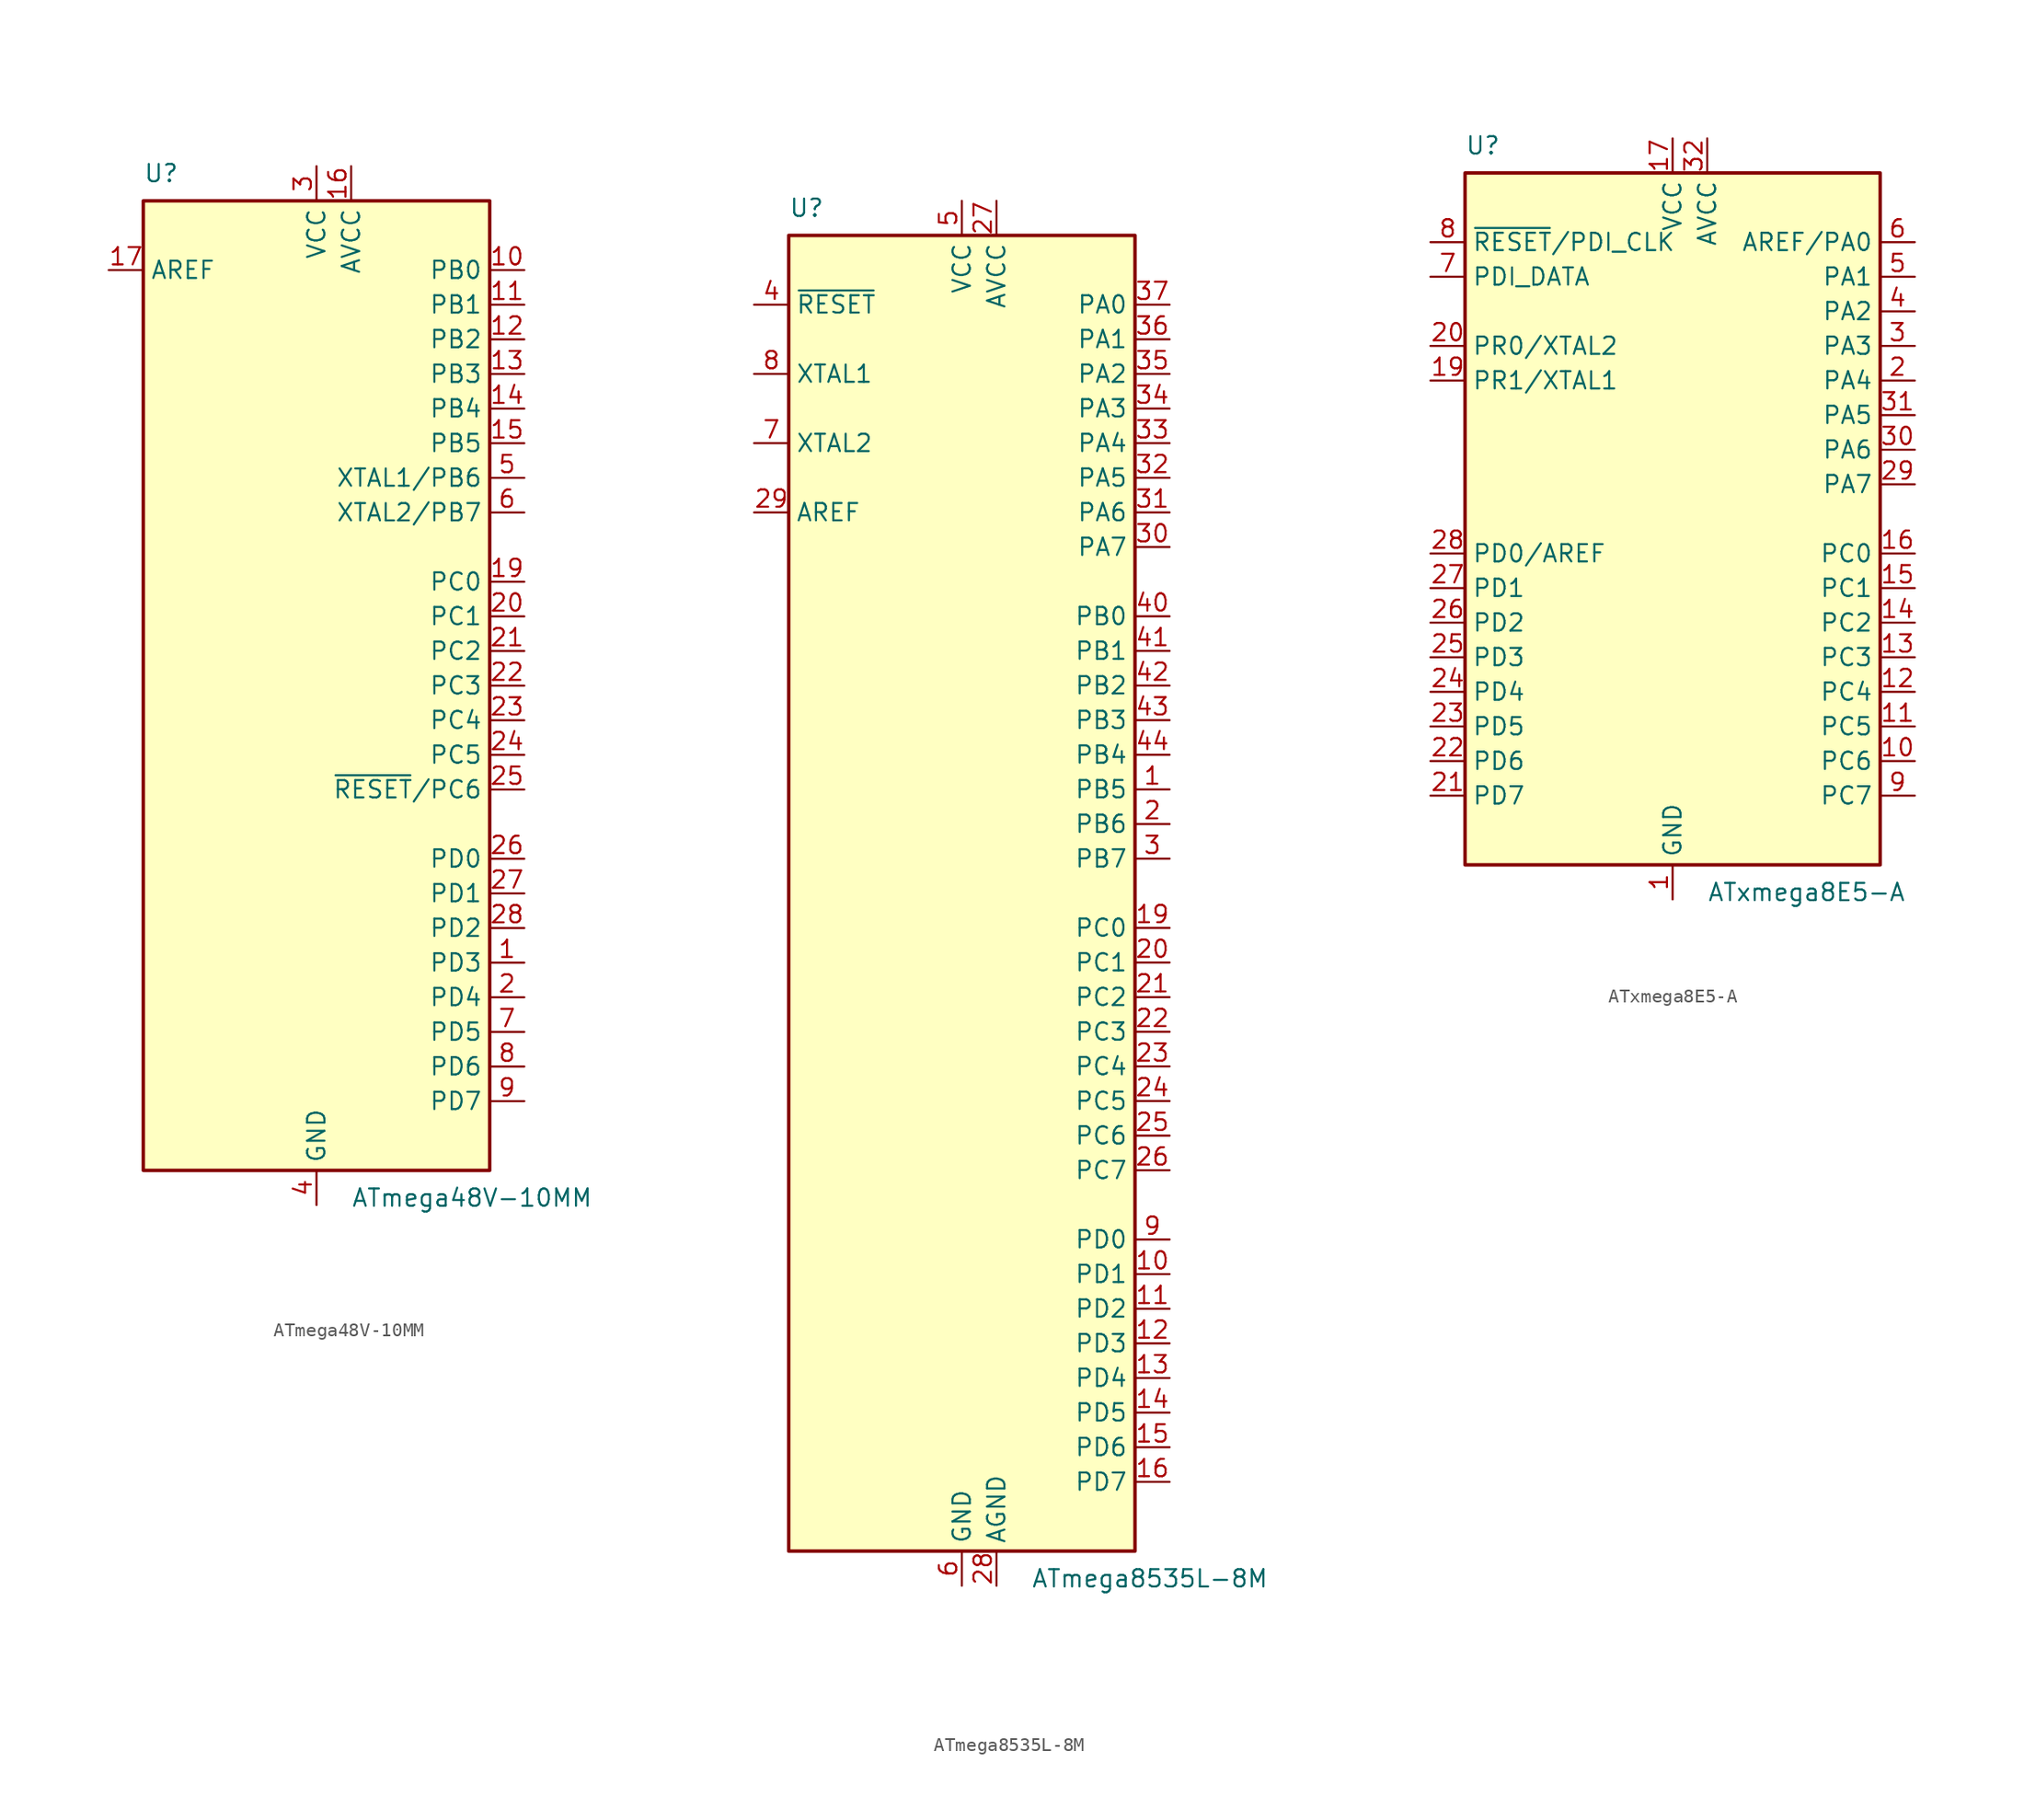
<source format=kicad_sym>
(kicad_symbol_lib
  (version 20241209)
  (generator "kicad_symbol_editor")
  (generator_version "9.0")
  (symbol "ATmega48V-10MM"
    (property "Reference" "U"
      (at -12.7 36.83 0)
      (effects (font (size 1.27 1.27)) (justify left bottom)))
    (property "Value" "ATmega48V-10MM"
      (at 2.54 -36.83 0)
      (effects (font (size 1.27 1.27)) (justify left top)))
    (symbol "ATmega48V-10MM_0_1"
      (rectangle (start -12.7 -35.56) (end 12.7 35.56) (stroke (width 0.254) (type default)) (fill (type background))))
    (symbol "ATmega48V-10MM_1_1"
      (pin passive line (at -15.24 30.48 0) (length 2.54) (name "AREF" (effects (font (size 1.27 1.27)))) (number "17" (effects (font (size 1.27 1.27)))))
      (pin power_in line (at 0 38.1 270) (length 2.54) (name "VCC" (effects (font (size 1.27 1.27)))) (number "3" (effects (font (size 1.27 1.27)))))
      (pin passive line (at 0 -38.1 90) (length 2.54) (hide yes) (name "GND" (effects (font (size 1.27 1.27)))) (number "18" (effects (font (size 1.27 1.27)))))
      (pin passive line (at 0 -38.1 90) (length 2.54) (hide yes) (name "GND" (effects (font (size 1.27 1.27)))) (number "29" (effects (font (size 1.27 1.27)))))
      (pin power_in line (at 0 -38.1 90) (length 2.54) (name "GND" (effects (font (size 1.27 1.27)))) (number "4" (effects (font (size 1.27 1.27)))))
      (pin power_in line (at 2.54 38.1 270) (length 2.54) (name "AVCC" (effects (font (size 1.27 1.27)))) (number "16" (effects (font (size 1.27 1.27)))))
      (pin bidirectional line (at 15.24 30.48 180) (length 2.54) (name "PB0" (effects (font (size 1.27 1.27)))) (number "10" (effects (font (size 1.27 1.27)))))
      (pin bidirectional line (at 15.24 27.94 180) (length 2.54) (name "PB1" (effects (font (size 1.27 1.27)))) (number "11" (effects (font (size 1.27 1.27)))))
      (pin bidirectional line (at 15.24 25.4 180) (length 2.54) (name "PB2" (effects (font (size 1.27 1.27)))) (number "12" (effects (font (size 1.27 1.27)))))
      (pin bidirectional line (at 15.24 22.86 180) (length 2.54) (name "PB3" (effects (font (size 1.27 1.27)))) (number "13" (effects (font (size 1.27 1.27)))))
      (pin bidirectional line (at 15.24 20.32 180) (length 2.54) (name "PB4" (effects (font (size 1.27 1.27)))) (number "14" (effects (font (size 1.27 1.27)))))
      (pin bidirectional line (at 15.24 17.78 180) (length 2.54) (name "PB5" (effects (font (size 1.27 1.27)))) (number "15" (effects (font (size 1.27 1.27)))))
      (pin bidirectional line (at 15.24 15.24 180) (length 2.54) (name "XTAL1/PB6" (effects (font (size 1.27 1.27)))) (number "5" (effects (font (size 1.27 1.27)))))
      (pin bidirectional line (at 15.24 12.7 180) (length 2.54) (name "XTAL2/PB7" (effects (font (size 1.27 1.27)))) (number "6" (effects (font (size 1.27 1.27)))))
      (pin bidirectional line (at 15.24 7.62 180) (length 2.54) (name "PC0" (effects (font (size 1.27 1.27)))) (number "19" (effects (font (size 1.27 1.27)))))
      (pin bidirectional line (at 15.24 5.08 180) (length 2.54) (name "PC1" (effects (font (size 1.27 1.27)))) (number "20" (effects (font (size 1.27 1.27)))))
      (pin bidirectional line (at 15.24 2.54 180) (length 2.54) (name "PC2" (effects (font (size 1.27 1.27)))) (number "21" (effects (font (size 1.27 1.27)))))
      (pin bidirectional line (at 15.24 0 180) (length 2.54) (name "PC3" (effects (font (size 1.27 1.27)))) (number "22" (effects (font (size 1.27 1.27)))))
      (pin bidirectional line (at 15.24 -2.54 180) (length 2.54) (name "PC4" (effects (font (size 1.27 1.27)))) (number "23" (effects (font (size 1.27 1.27)))))
      (pin bidirectional line (at 15.24 -5.08 180) (length 2.54) (name "PC5" (effects (font (size 1.27 1.27)))) (number "24" (effects (font (size 1.27 1.27)))))
      (pin bidirectional line (at 15.24 -7.62 180) (length 2.54) (name "~{RESET}/PC6" (effects (font (size 1.27 1.27)))) (number "25" (effects (font (size 1.27 1.27)))))
      (pin bidirectional line (at 15.24 -12.7 180) (length 2.54) (name "PD0" (effects (font (size 1.27 1.27)))) (number "26" (effects (font (size 1.27 1.27)))))
      (pin bidirectional line (at 15.24 -15.24 180) (length 2.54) (name "PD1" (effects (font (size 1.27 1.27)))) (number "27" (effects (font (size 1.27 1.27)))))
      (pin bidirectional line (at 15.24 -17.78 180) (length 2.54) (name "PD2" (effects (font (size 1.27 1.27)))) (number "28" (effects (font (size 1.27 1.27)))))
      (pin bidirectional line (at 15.24 -20.32 180) (length 2.54) (name "PD3" (effects (font (size 1.27 1.27)))) (number "1" (effects (font (size 1.27 1.27)))))
      (pin bidirectional line (at 15.24 -22.86 180) (length 2.54) (name "PD4" (effects (font (size 1.27 1.27)))) (number "2" (effects (font (size 1.27 1.27)))))
      (pin bidirectional line (at 15.24 -25.4 180) (length 2.54) (name "PD5" (effects (font (size 1.27 1.27)))) (number "7" (effects (font (size 1.27 1.27)))))
      (pin bidirectional line (at 15.24 -27.94 180) (length 2.54) (name "PD6" (effects (font (size 1.27 1.27)))) (number "8" (effects (font (size 1.27 1.27)))))
      (pin bidirectional line (at 15.24 -30.48 180) (length 2.54) (name "PD7" (effects (font (size 1.27 1.27)))) (number "9" (effects (font (size 1.27 1.27)))))))
  (symbol "ATmega8535L-8M"
    (property "Reference" "U"
      (at -12.7 49.53 0)
      (effects (font (size 1.27 1.27)) (justify left bottom)))
    (property "Value" "ATmega8535L-8M"
      (at 5.08 -49.53 0)
      (effects (font (size 1.27 1.27)) (justify left top)))
    (symbol "ATmega8535L-8M_0_1"
      (rectangle (start -12.7 -48.26) (end 12.7 48.26) (stroke (width 0.254) (type default)) (fill (type background))))
    (symbol "ATmega8535L-8M_1_1"
      (pin input line (at -15.24 43.18 0) (length 2.54) (name "~{RESET}" (effects (font (size 1.27 1.27)))) (number "4" (effects (font (size 1.27 1.27)))))
      (pin input line (at -15.24 38.1 0) (length 2.54) (name "XTAL1" (effects (font (size 1.27 1.27)))) (number "8" (effects (font (size 1.27 1.27)))))
      (pin output line (at -15.24 33.02 0) (length 2.54) (name "XTAL2" (effects (font (size 1.27 1.27)))) (number "7" (effects (font (size 1.27 1.27)))))
      (pin passive line (at -15.24 27.94 0) (length 2.54) (name "AREF" (effects (font (size 1.27 1.27)))) (number "29" (effects (font (size 1.27 1.27)))))
      (pin passive line (at 0 50.8 270) (length 2.54) (hide yes) (name "VCC" (effects (font (size 1.27 1.27)))) (number "17" (effects (font (size 1.27 1.27)))))
      (pin passive line (at 0 50.8 270) (length 2.54) (hide yes) (name "VCC" (effects (font (size 1.27 1.27)))) (number "38" (effects (font (size 1.27 1.27)))))
      (pin power_in line (at 0 50.8 270) (length 2.54) (name "VCC" (effects (font (size 1.27 1.27)))) (number "5" (effects (font (size 1.27 1.27)))))
      (pin passive line (at 0 -50.8 90) (length 2.54) (hide yes) (name "GND" (effects (font (size 1.27 1.27)))) (number "18" (effects (font (size 1.27 1.27)))))
      (pin passive line (at 0 -50.8 90) (length 2.54) (hide yes) (name "GND" (effects (font (size 1.27 1.27)))) (number "39" (effects (font (size 1.27 1.27)))))
      (pin passive line (at 0 -50.8 90) (length 2.54) (hide yes) (name "GND" (effects (font (size 1.27 1.27)))) (number "45" (effects (font (size 1.27 1.27)))))
      (pin power_in line (at 0 -50.8 90) (length 2.54) (name "GND" (effects (font (size 1.27 1.27)))) (number "6" (effects (font (size 1.27 1.27)))))
      (pin power_in line (at 2.54 50.8 270) (length 2.54) (name "AVCC" (effects (font (size 1.27 1.27)))) (number "27" (effects (font (size 1.27 1.27)))))
      (pin power_in line (at 2.54 -50.8 90) (length 2.54) (name "AGND" (effects (font (size 1.27 1.27)))) (number "28" (effects (font (size 1.27 1.27)))))
      (pin bidirectional line (at 15.24 43.18 180) (length 2.54) (name "PA0" (effects (font (size 1.27 1.27)))) (number "37" (effects (font (size 1.27 1.27)))))
      (pin bidirectional line (at 15.24 40.64 180) (length 2.54) (name "PA1" (effects (font (size 1.27 1.27)))) (number "36" (effects (font (size 1.27 1.27)))))
      (pin bidirectional line (at 15.24 38.1 180) (length 2.54) (name "PA2" (effects (font (size 1.27 1.27)))) (number "35" (effects (font (size 1.27 1.27)))))
      (pin bidirectional line (at 15.24 35.56 180) (length 2.54) (name "PA3" (effects (font (size 1.27 1.27)))) (number "34" (effects (font (size 1.27 1.27)))))
      (pin bidirectional line (at 15.24 33.02 180) (length 2.54) (name "PA4" (effects (font (size 1.27 1.27)))) (number "33" (effects (font (size 1.27 1.27)))))
      (pin bidirectional line (at 15.24 30.48 180) (length 2.54) (name "PA5" (effects (font (size 1.27 1.27)))) (number "32" (effects (font (size 1.27 1.27)))))
      (pin bidirectional line (at 15.24 27.94 180) (length 2.54) (name "PA6" (effects (font (size 1.27 1.27)))) (number "31" (effects (font (size 1.27 1.27)))))
      (pin bidirectional line (at 15.24 25.4 180) (length 2.54) (name "PA7" (effects (font (size 1.27 1.27)))) (number "30" (effects (font (size 1.27 1.27)))))
      (pin bidirectional line (at 15.24 20.32 180) (length 2.54) (name "PB0" (effects (font (size 1.27 1.27)))) (number "40" (effects (font (size 1.27 1.27)))))
      (pin bidirectional line (at 15.24 17.78 180) (length 2.54) (name "PB1" (effects (font (size 1.27 1.27)))) (number "41" (effects (font (size 1.27 1.27)))))
      (pin bidirectional line (at 15.24 15.24 180) (length 2.54) (name "PB2" (effects (font (size 1.27 1.27)))) (number "42" (effects (font (size 1.27 1.27)))))
      (pin bidirectional line (at 15.24 12.7 180) (length 2.54) (name "PB3" (effects (font (size 1.27 1.27)))) (number "43" (effects (font (size 1.27 1.27)))))
      (pin bidirectional line (at 15.24 10.16 180) (length 2.54) (name "PB4" (effects (font (size 1.27 1.27)))) (number "44" (effects (font (size 1.27 1.27)))))
      (pin bidirectional line (at 15.24 7.62 180) (length 2.54) (name "PB5" (effects (font (size 1.27 1.27)))) (number "1" (effects (font (size 1.27 1.27)))))
      (pin bidirectional line (at 15.24 5.08 180) (length 2.54) (name "PB6" (effects (font (size 1.27 1.27)))) (number "2" (effects (font (size 1.27 1.27)))))
      (pin bidirectional line (at 15.24 2.54 180) (length 2.54) (name "PB7" (effects (font (size 1.27 1.27)))) (number "3" (effects (font (size 1.27 1.27)))))
      (pin bidirectional line (at 15.24 -2.54 180) (length 2.54) (name "PC0" (effects (font (size 1.27 1.27)))) (number "19" (effects (font (size 1.27 1.27)))))
      (pin bidirectional line (at 15.24 -5.08 180) (length 2.54) (name "PC1" (effects (font (size 1.27 1.27)))) (number "20" (effects (font (size 1.27 1.27)))))
      (pin bidirectional line (at 15.24 -7.62 180) (length 2.54) (name "PC2" (effects (font (size 1.27 1.27)))) (number "21" (effects (font (size 1.27 1.27)))))
      (pin bidirectional line (at 15.24 -10.16 180) (length 2.54) (name "PC3" (effects (font (size 1.27 1.27)))) (number "22" (effects (font (size 1.27 1.27)))))
      (pin bidirectional line (at 15.24 -12.7 180) (length 2.54) (name "PC4" (effects (font (size 1.27 1.27)))) (number "23" (effects (font (size 1.27 1.27)))))
      (pin bidirectional line (at 15.24 -15.24 180) (length 2.54) (name "PC5" (effects (font (size 1.27 1.27)))) (number "24" (effects (font (size 1.27 1.27)))))
      (pin bidirectional line (at 15.24 -17.78 180) (length 2.54) (name "PC6" (effects (font (size 1.27 1.27)))) (number "25" (effects (font (size 1.27 1.27)))))
      (pin bidirectional line (at 15.24 -20.32 180) (length 2.54) (name "PC7" (effects (font (size 1.27 1.27)))) (number "26" (effects (font (size 1.27 1.27)))))
      (pin bidirectional line (at 15.24 -25.4 180) (length 2.54) (name "PD0" (effects (font (size 1.27 1.27)))) (number "9" (effects (font (size 1.27 1.27)))))
      (pin bidirectional line (at 15.24 -27.94 180) (length 2.54) (name "PD1" (effects (font (size 1.27 1.27)))) (number "10" (effects (font (size 1.27 1.27)))))
      (pin bidirectional line (at 15.24 -30.48 180) (length 2.54) (name "PD2" (effects (font (size 1.27 1.27)))) (number "11" (effects (font (size 1.27 1.27)))))
      (pin bidirectional line (at 15.24 -33.02 180) (length 2.54) (name "PD3" (effects (font (size 1.27 1.27)))) (number "12" (effects (font (size 1.27 1.27)))))
      (pin bidirectional line (at 15.24 -35.56 180) (length 2.54) (name "PD4" (effects (font (size 1.27 1.27)))) (number "13" (effects (font (size 1.27 1.27)))))
      (pin bidirectional line (at 15.24 -38.1 180) (length 2.54) (name "PD5" (effects (font (size 1.27 1.27)))) (number "14" (effects (font (size 1.27 1.27)))))
      (pin bidirectional line (at 15.24 -40.64 180) (length 2.54) (name "PD6" (effects (font (size 1.27 1.27)))) (number "15" (effects (font (size 1.27 1.27)))))
      (pin bidirectional line (at 15.24 -43.18 180) (length 2.54) (name "PD7" (effects (font (size 1.27 1.27)))) (number "16" (effects (font (size 1.27 1.27)))))))
  (symbol "ATxmega8E5-A"
    (property "Reference" "U"
      (at -15.24 26.67 0)
      (effects (font (size 1.27 1.27)) (justify left bottom)))
    (property "Value" "ATxmega8E5-A"
      (at 2.54 -26.67 0)
      (effects (font (size 1.27 1.27)) (justify left top)))
    (symbol "ATxmega8E5-A_0_1"
      (rectangle (start -15.24 -25.4) (end 15.24 25.4) (stroke (width 0.254) (type default)) (fill (type background))))
    (symbol "ATxmega8E5-A_1_1"
      (pin input line (at -17.78 20.32 0) (length 2.54) (name "~{RESET}/PDI_CLK" (effects (font (size 1.27 1.27)))) (number "8" (effects (font (size 1.27 1.27)))))
      (pin bidirectional line (at -17.78 17.78 0) (length 2.54) (name "PDI_DATA" (effects (font (size 1.27 1.27)))) (number "7" (effects (font (size 1.27 1.27)))))
      (pin bidirectional line (at -17.78 12.7 0) (length 2.54) (name "PR0/XTAL2" (effects (font (size 1.27 1.27)))) (number "20" (effects (font (size 1.27 1.27)))))
      (pin bidirectional line (at -17.78 10.16 0) (length 2.54) (name "PR1/XTAL1" (effects (font (size 1.27 1.27)))) (number "19" (effects (font (size 1.27 1.27)))))
      (pin bidirectional line (at -17.78 -2.54 0) (length 2.54) (name "PD0/AREF" (effects (font (size 1.27 1.27)))) (number "28" (effects (font (size 1.27 1.27)))))
      (pin bidirectional line (at -17.78 -5.08 0) (length 2.54) (name "PD1" (effects (font (size 1.27 1.27)))) (number "27" (effects (font (size 1.27 1.27)))))
      (pin bidirectional line (at -17.78 -7.62 0) (length 2.54) (name "PD2" (effects (font (size 1.27 1.27)))) (number "26" (effects (font (size 1.27 1.27)))))
      (pin bidirectional line (at -17.78 -10.16 0) (length 2.54) (name "PD3" (effects (font (size 1.27 1.27)))) (number "25" (effects (font (size 1.27 1.27)))))
      (pin bidirectional line (at -17.78 -12.7 0) (length 2.54) (name "PD4" (effects (font (size 1.27 1.27)))) (number "24" (effects (font (size 1.27 1.27)))))
      (pin bidirectional line (at -17.78 -15.24 0) (length 2.54) (name "PD5" (effects (font (size 1.27 1.27)))) (number "23" (effects (font (size 1.27 1.27)))))
      (pin bidirectional line (at -17.78 -17.78 0) (length 2.54) (name "PD6" (effects (font (size 1.27 1.27)))) (number "22" (effects (font (size 1.27 1.27)))))
      (pin bidirectional line (at -17.78 -20.32 0) (length 2.54) (name "PD7" (effects (font (size 1.27 1.27)))) (number "21" (effects (font (size 1.27 1.27)))))
      (pin power_in line (at 0 27.94 270) (length 2.54) (name "VCC" (effects (font (size 1.27 1.27)))) (number "17" (effects (font (size 1.27 1.27)))))
      (pin power_in line (at 0 -27.94 90) (length 2.54) (name "GND" (effects (font (size 1.27 1.27)))) (number "1" (effects (font (size 1.27 1.27)))))
      (pin passive line (at 0 -27.94 90) (length 2.54) (hide yes) (name "GND" (effects (font (size 1.27 1.27)))) (number "18" (effects (font (size 1.27 1.27)))))
      (pin power_in line (at 2.54 27.94 270) (length 2.54) (name "AVCC" (effects (font (size 1.27 1.27)))) (number "32" (effects (font (size 1.27 1.27)))))
      (pin bidirectional line (at 17.78 20.32 180) (length 2.54) (name "AREF/PA0" (effects (font (size 1.27 1.27)))) (number "6" (effects (font (size 1.27 1.27)))))
      (pin bidirectional line (at 17.78 17.78 180) (length 2.54) (name "PA1" (effects (font (size 1.27 1.27)))) (number "5" (effects (font (size 1.27 1.27)))))
      (pin bidirectional line (at 17.78 15.24 180) (length 2.54) (name "PA2" (effects (font (size 1.27 1.27)))) (number "4" (effects (font (size 1.27 1.27)))))
      (pin bidirectional line (at 17.78 12.7 180) (length 2.54) (name "PA3" (effects (font (size 1.27 1.27)))) (number "3" (effects (font (size 1.27 1.27)))))
      (pin bidirectional line (at 17.78 10.16 180) (length 2.54) (name "PA4" (effects (font (size 1.27 1.27)))) (number "2" (effects (font (size 1.27 1.27)))))
      (pin bidirectional line (at 17.78 7.62 180) (length 2.54) (name "PA5" (effects (font (size 1.27 1.27)))) (number "31" (effects (font (size 1.27 1.27)))))
      (pin bidirectional line (at 17.78 5.08 180) (length 2.54) (name "PA6" (effects (font (size 1.27 1.27)))) (number "30" (effects (font (size 1.27 1.27)))))
      (pin bidirectional line (at 17.78 2.54 180) (length 2.54) (name "PA7" (effects (font (size 1.27 1.27)))) (number "29" (effects (font (size 1.27 1.27)))))
      (pin bidirectional line (at 17.78 -2.54 180) (length 2.54) (name "PC0" (effects (font (size 1.27 1.27)))) (number "16" (effects (font (size 1.27 1.27)))))
      (pin bidirectional line (at 17.78 -5.08 180) (length 2.54) (name "PC1" (effects (font (size 1.27 1.27)))) (number "15" (effects (font (size 1.27 1.27)))))
      (pin bidirectional line (at 17.78 -7.62 180) (length 2.54) (name "PC2" (effects (font (size 1.27 1.27)))) (number "14" (effects (font (size 1.27 1.27)))))
      (pin bidirectional line (at 17.78 -10.16 180) (length 2.54) (name "PC3" (effects (font (size 1.27 1.27)))) (number "13" (effects (font (size 1.27 1.27)))))
      (pin bidirectional line (at 17.78 -12.7 180) (length 2.54) (name "PC4" (effects (font (size 1.27 1.27)))) (number "12" (effects (font (size 1.27 1.27)))))
      (pin bidirectional line (at 17.78 -15.24 180) (length 2.54) (name "PC5" (effects (font (size 1.27 1.27)))) (number "11" (effects (font (size 1.27 1.27)))))
      (pin bidirectional line (at 17.78 -17.78 180) (length 2.54) (name "PC6" (effects (font (size 1.27 1.27)))) (number "10" (effects (font (size 1.27 1.27)))))
      (pin bidirectional line (at 17.78 -20.32 180) (length 2.54) (name "PC7" (effects (font (size 1.27 1.27)))) (number "9" (effects (font (size 1.27 1.27))))))))
</source>
